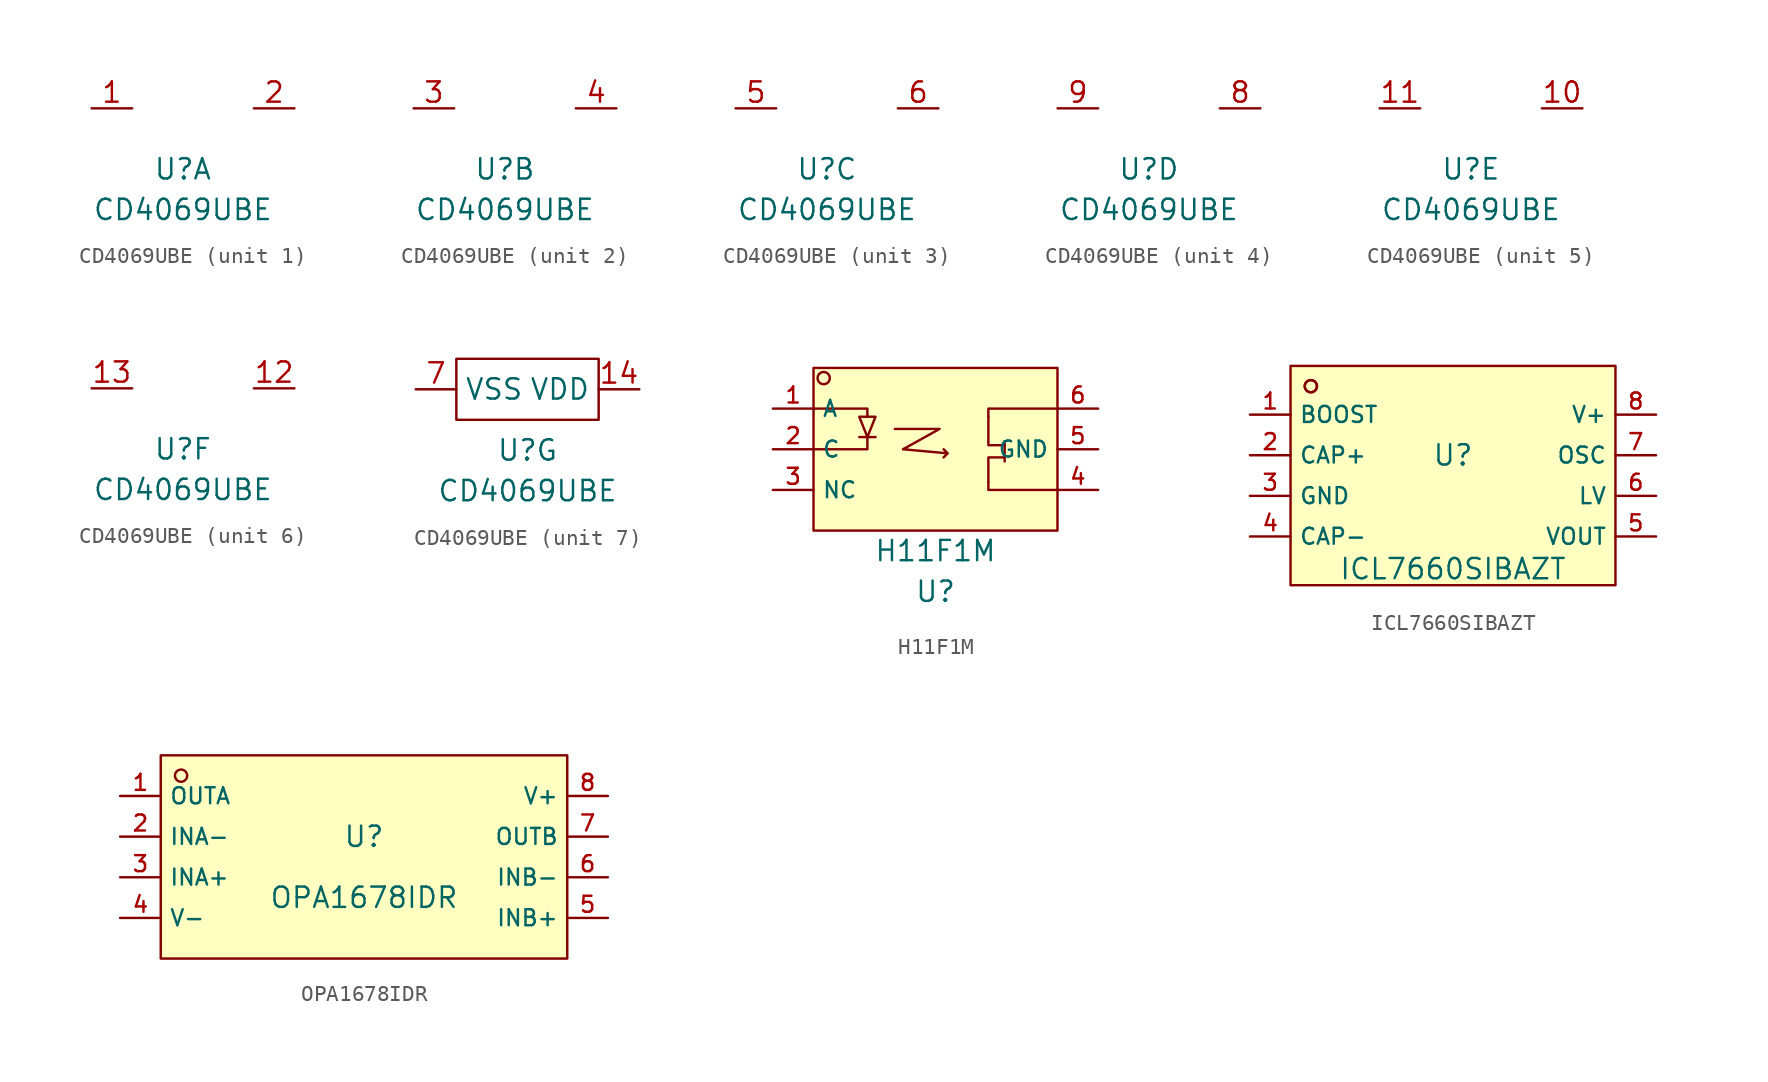
<source format=kicad_sym>
(kicad_symbol_lib
  (version 20241209)
  (generator "kicad_symbol_editor")
  (generator_version "9.0")
  (symbol "CD4069UBE"
    (property "Reference" "U"
      (at 0 -3.81 0)
      (effects (font (size 1.27 1.27))))
    (property "Value" "CD4069UBE"
      (at 0 -6.35 0)
      (effects (font (size 1.27 1.27))))
    (property "ki_locked" ""
      (at 0 0 0)
      (effects (font (size 1.27 1.27))))
    (symbol "CD4069UBE_1_1"
      (pin unspecified line (at -5.715 0 0) (length 2.54) (name "" (effects (font (size 1.27 1.27)))) (number "1" (effects (font (size 1.27 1.27)))))
      (pin unspecified line (at 6.985 0 180) (length 2.54) (name "" (effects (font (size 1.27 1.27)))) (number "2" (effects (font (size 1.27 1.27))))))
    (symbol "CD4069UBE_2_1"
      (pin unspecified line (at -5.715 0 0) (length 2.54) (name "" (effects (font (size 1.27 1.27)))) (number "3" (effects (font (size 1.27 1.27)))))
      (pin unspecified line (at 6.985 0 180) (length 2.54) (name "" (effects (font (size 1.27 1.27)))) (number "4" (effects (font (size 1.27 1.27))))))
    (symbol "CD4069UBE_3_1"
      (pin unspecified line (at -5.715 0 0) (length 2.54) (name "" (effects (font (size 1.27 1.27)))) (number "5" (effects (font (size 1.27 1.27)))))
      (pin unspecified line (at 6.985 0 180) (length 2.54) (name "" (effects (font (size 1.27 1.27)))) (number "6" (effects (font (size 1.27 1.27))))))
    (symbol "CD4069UBE_4_1"
      (pin unspecified line (at -5.715 0 0) (length 2.54) (name "" (effects (font (size 1.27 1.27)))) (number "9" (effects (font (size 1.27 1.27)))))
      (pin unspecified line (at 6.985 0 180) (length 2.54) (name "" (effects (font (size 1.27 1.27)))) (number "8" (effects (font (size 1.27 1.27))))))
    (symbol "CD4069UBE_5_1"
      (pin unspecified line (at -5.715 0 0) (length 2.54) (name "" (effects (font (size 1.27 1.27)))) (number "11" (effects (font (size 1.27 1.27)))))
      (pin unspecified line (at 6.985 0 180) (length 2.54) (name "" (effects (font (size 1.27 1.27)))) (number "10" (effects (font (size 1.27 1.27))))))
    (symbol "CD4069UBE_6_1"
      (pin unspecified line (at -5.715 0 0) (length 2.54) (name "" (effects (font (size 1.27 1.27)))) (number "13" (effects (font (size 1.27 1.27)))))
      (pin unspecified line (at 6.985 0 180) (length 2.54) (name "" (effects (font (size 1.27 1.27)))) (number "12" (effects (font (size 1.27 1.27))))))
    (symbol "CD4069UBE_7_1"
      (rectangle (start 4.445 -1.905) (end -4.445 1.905) (stroke (width 0) (type default)) (fill (type none)))
      (pin unspecified line (at -6.985 0 0) (length 2.54) (name "VSS" (effects (font (size 1.27 1.27)))) (number "7" (effects (font (size 1.27 1.27)))))
      (pin unspecified line (at 6.985 0 180) (length 2.54) (name "VDD" (effects (font (size 1.27 1.27)))) (number "14" (effects (font (size 1.27 1.27)))))))
  (symbol "H11F1M"
    (property "Reference" "U"
      (at 0 -8.89 0)
      (effects (font (size 1.27 1.27))))
    (property "Value" "H11F1M"
      (at 0 -6.35 0)
      (effects (font (size 1.27 1.27))))
    (symbol "H11F1M_0_1"
      (rectangle (start -7.62 5.08) (end 7.62 -5.08) (stroke (width 0) (type default)) (fill (type background)))
      (polyline (pts (xy -7.556 2.54) (xy -4.255 2.54) (xy -4.255 2.032)) (stroke (width 0) (type default)) (fill (type none)))
      (polyline (pts (xy -7.556 0) (xy -4.255 0) (xy -4.255 0.762)) (stroke (width 0) (type default)) (fill (type none)))
      (circle (center -6.985 4.445) (radius 0.381) (stroke (width 0) (type default)) (fill (type background)))
      (polyline (pts (xy -4.763 2.032) (xy -3.747 2.032) (xy -4.255 0.762) (xy -4.763 2.032)) (stroke (width 0) (type default)) (fill (type none)))
      (polyline (pts (xy -4.763 0.762) (xy -3.747 0.762)) (stroke (width 0) (type default)) (fill (type none)))
      (polyline (pts (xy -2.54 1.27) (xy 0.254 1.27) (xy -2.032 0) (xy 0.762 -0.254) (xy 0.508 0) (xy 0.762 -0.254) (xy 0.508 -0.508) (xy 0.762 -0.254)) (stroke (width 0) (type default)) (fill (type none)))
      (polyline (pts (xy 3.302 -2.032) (xy 3.302 -0.508) (xy 4.318 -0.508)) (stroke (width 0) (type default)) (fill (type none)))
      (polyline (pts (xy 4.318 0.254) (xy 3.302 0.254) (xy 3.302 2.032)) (stroke (width 0) (type default)) (fill (type none)))
      (polyline (pts (xy 4.318 -0.762) (xy 4.318 0.508)) (stroke (width 0) (type default)) (fill (type none)))
      (polyline (pts (xy 7.62 2.54) (xy 3.302 2.54) (xy 3.302 2.032)) (stroke (width 0) (type default)) (fill (type none)))
      (polyline (pts (xy 7.62 -2.54) (xy 3.302 -2.54) (xy 3.302 -2.032)) (stroke (width 0) (type default)) (fill (type none)))
      (pin unspecified line (at -10.16 2.54 0) (length 2.54) (name "A" (effects (font (size 1 1)))) (number "1" (effects (font (size 1 1)))))
      (pin unspecified line (at -10.16 0 0) (length 2.54) (name "C" (effects (font (size 1 1)))) (number "2" (effects (font (size 1 1)))))
      (pin unspecified line (at -10.16 -2.54 0) (length 2.54) (name "NC" (effects (font (size 1 1)))) (number "3" (effects (font (size 1 1)))))
      (pin unspecified line (at 10.16 0 180) (length 2.54) (name "GND" (effects (font (size 1 1)))) (number "5" (effects (font (size 1 1))))))
    (symbol "H11F1M_1_1"
      (pin unspecified line (at 10.16 2.54 180) (length 2.54) (name "" (effects (font (size 1 1)))) (number "6" (effects (font (size 1 1)))))
      (pin unspecified line (at 10.16 -2.54 180) (length 2.54) (name "" (effects (font (size 1 1)))) (number "4" (effects (font (size 1 1)))))))
  (symbol "ICL7660SIBAZT"
    (property "Reference" "U"
      (at 0 1.27 0)
      (effects (font (size 1.27 1.27))))
    (property "Value" "ICL7660SIBAZT"
      (at 0 -5.842 0)
      (effects (font (size 1.27 1.27))))
    (symbol "ICL7660SIBAZT_0_1"
      (rectangle (start -10.16 6.858) (end 10.16 -6.858) (stroke (width 0) (type default)) (fill (type background)))
      (circle (center -8.89 5.588) (radius 0.381) (stroke (width 0) (type default)) (fill (type background)))
      (circle (center -8.89 5.588) (radius 0.381) (stroke (width 0) (type default)) (fill (type background)))
      (pin unspecified line (at -12.7 3.81 0) (length 2.54) (name "BOOST" (effects (font (size 1 1)))) (number "1" (effects (font (size 1 1)))))
      (pin unspecified line (at -12.7 1.27 0) (length 2.54) (name "CAP+" (effects (font (size 1 1)))) (number "2" (effects (font (size 1 1)))))
      (pin unspecified line (at -12.7 -1.27 0) (length 2.54) (name "GND" (effects (font (size 1 1)))) (number "3" (effects (font (size 1 1)))))
      (pin unspecified line (at -12.7 -3.81 0) (length 2.54) (name "CAP-" (effects (font (size 1 1)))) (number "4" (effects (font (size 1 1)))))
      (pin unspecified line (at 12.7 3.81 180) (length 2.54) (name "V+" (effects (font (size 1 1)))) (number "8" (effects (font (size 1 1)))))
      (pin unspecified line (at 12.7 1.27 180) (length 2.54) (name "OSC" (effects (font (size 1 1)))) (number "7" (effects (font (size 1 1)))))
      (pin unspecified line (at 12.7 -1.27 180) (length 2.54) (name "LV" (effects (font (size 1 1)))) (number "6" (effects (font (size 1 1)))))
      (pin unspecified line (at 12.7 -3.81 180) (length 2.54) (name "VOUT" (effects (font (size 1 1)))) (number "5" (effects (font (size 1 1)))))))
  (symbol "OPA1678IDR"
    (property "Reference" "U"
      (at 0 1.27 0)
      (effects (font (size 1.27 1.27))))
    (property "Value" "OPA1678IDR"
      (at 0 -2.54 0)
      (effects (font (size 1.27 1.27))))
    (symbol "OPA1678IDR_0_1"
      (rectangle (start -12.7 6.35) (end 12.7 -6.35) (stroke (width 0) (type default)) (fill (type background)))
      (circle (center -11.43 5.08) (radius 0.381) (stroke (width 0) (type default)) (fill (type background)))
      (pin unspecified line (at -15.24 3.81 0) (length 2.54) (name "OUTA" (effects (font (size 1 1)))) (number "1" (effects (font (size 1 1)))))
      (pin unspecified line (at -15.24 1.27 0) (length 2.54) (name "INA-" (effects (font (size 1 1)))) (number "2" (effects (font (size 1 1)))))
      (pin unspecified line (at -15.24 -1.27 0) (length 2.54) (name "INA+" (effects (font (size 1 1)))) (number "3" (effects (font (size 1 1)))))
      (pin unspecified line (at -15.24 -3.81 0) (length 2.54) (name "V-" (effects (font (size 1 1)))) (number "4" (effects (font (size 1 1)))))
      (pin unspecified line (at 15.24 3.81 180) (length 2.54) (name "V+" (effects (font (size 1 1)))) (number "8" (effects (font (size 1 1)))))
      (pin unspecified line (at 15.24 1.27 180) (length 2.54) (name "OUTB" (effects (font (size 1 1)))) (number "7" (effects (font (size 1 1)))))
      (pin unspecified line (at 15.24 -1.27 180) (length 2.54) (name "INB-" (effects (font (size 1 1)))) (number "6" (effects (font (size 1 1)))))
      (pin unspecified line (at 15.24 -3.81 180) (length 2.54) (name "INB+" (effects (font (size 1 1)))) (number "5" (effects (font (size 1 1))))))))
</source>
